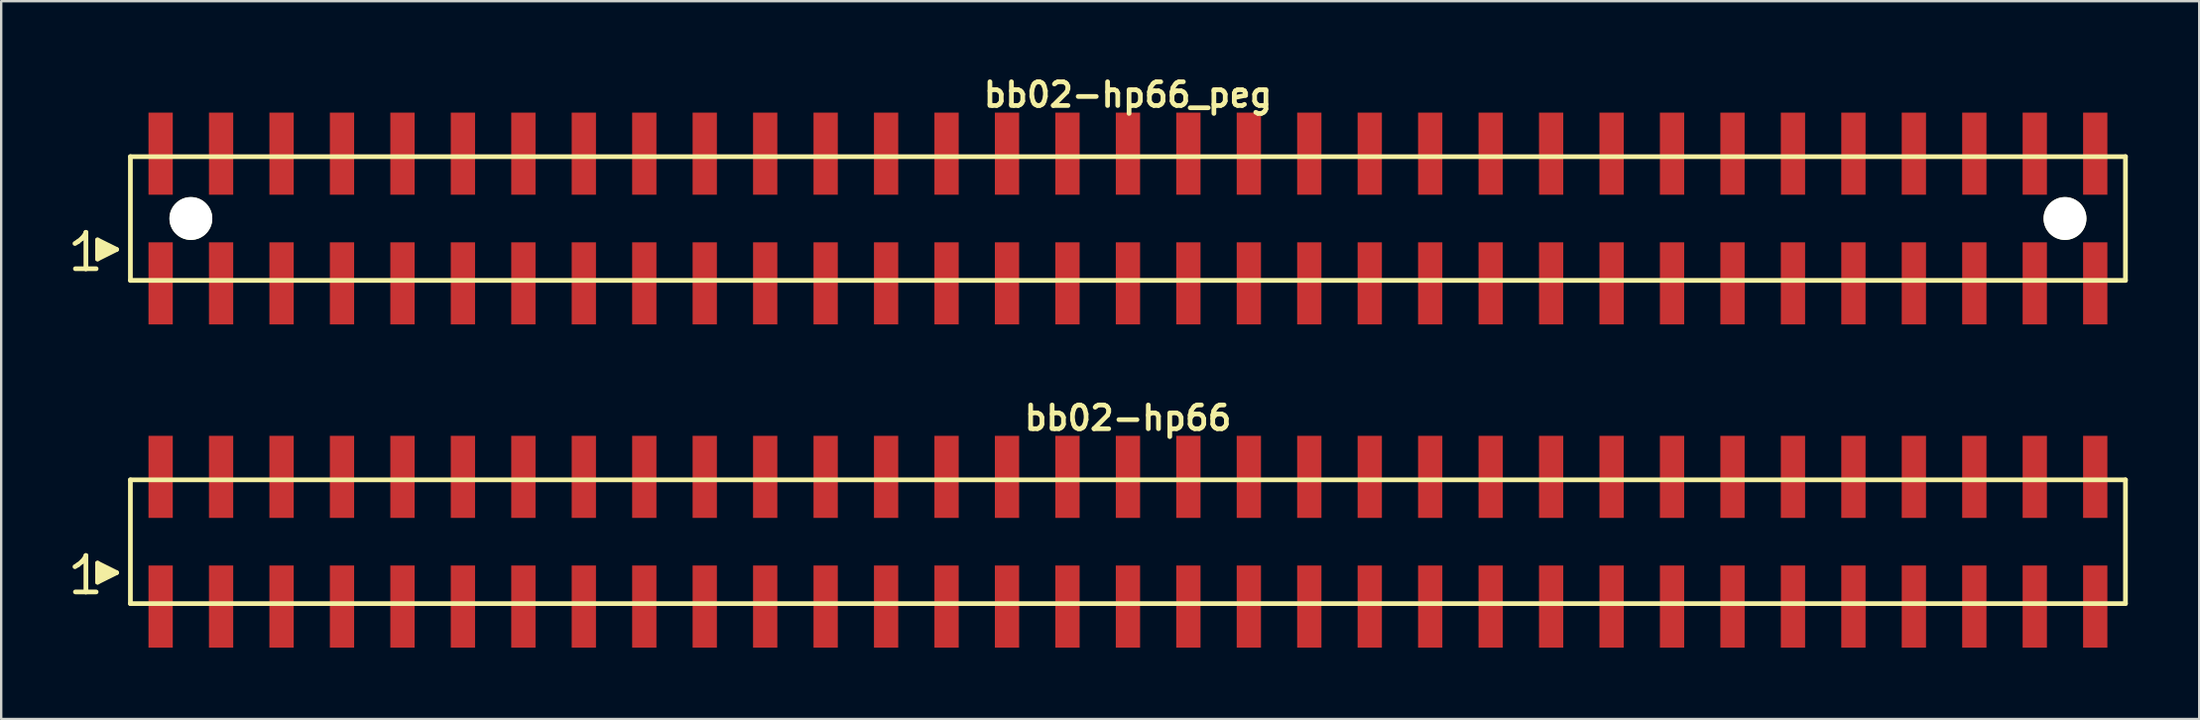
<source format=kicad_pcb>
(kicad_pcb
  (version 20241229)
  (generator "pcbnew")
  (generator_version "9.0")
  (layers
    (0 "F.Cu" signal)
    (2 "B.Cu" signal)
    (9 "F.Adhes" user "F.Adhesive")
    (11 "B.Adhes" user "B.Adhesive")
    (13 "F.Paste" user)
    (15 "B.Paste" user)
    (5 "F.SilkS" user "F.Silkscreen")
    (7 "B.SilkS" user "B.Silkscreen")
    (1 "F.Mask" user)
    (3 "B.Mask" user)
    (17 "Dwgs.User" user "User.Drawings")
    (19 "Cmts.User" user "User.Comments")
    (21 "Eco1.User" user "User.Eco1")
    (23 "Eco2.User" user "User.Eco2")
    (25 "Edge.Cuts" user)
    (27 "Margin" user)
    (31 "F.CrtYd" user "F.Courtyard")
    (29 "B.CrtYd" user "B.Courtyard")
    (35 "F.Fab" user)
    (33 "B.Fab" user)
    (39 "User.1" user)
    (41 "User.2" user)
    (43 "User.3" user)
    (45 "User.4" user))
  (footprint "bb02-hp66_peg"
    (layer "F.Cu")
    (at 44.339 6.132)
    (property "Reference" "bb02-hp66_peg" (at 0 -5.2 0) (layer "F.SilkS") (effects (font (size 0.998 0.998) (thickness 0.198))))
    (attr through_hole)
    (fp_line (start -44.24 1.05) (end -44.11 0.97) (stroke (width 0.198) (type solid)) (layer "F.SilkS"))
    (fp_line (start -44.11 0.97) (end -43.95 0.84) (stroke (width 0.198) (type solid)) (layer "F.SilkS"))
    (fp_line (start -43.95 0.84) (end -43.81 0.67) (stroke (width 0.198) (type solid)) (layer "F.SilkS"))
    (fp_line (start -43.81 0.67) (end -43.78 0.58) (stroke (width 0.198) (type solid)) (layer "F.SilkS"))
    (fp_line (start -43.78 0.58) (end -43.78 2.11) (stroke (width 0.198) (type solid)) (layer "F.SilkS"))
    (fp_line (start -43.78 2.11) (end -44.22 2.11) (stroke (width 0.198) (type solid)) (layer "F.SilkS"))
    (fp_line (start -43.35 2.11) (end -43.79 2.11) (stroke (width 0.198) (type solid)) (layer "F.SilkS"))
    (fp_line (start -43.29 0.9) (end -42.49 1.3) (stroke (width 0.198) (type solid)) (layer "F.SilkS"))
    (fp_line (start -43.29 1.7) (end -43.29 0.9) (stroke (width 0.198) (type solid)) (layer "F.SilkS"))
    (fp_line (start -43.19 1.6) (end -43.19 1) (stroke (width 0.198) (type solid)) (layer "F.SilkS"))
    (fp_line (start -43.09 1.1) (end -43.09 1.5) (stroke (width 0.198) (type solid)) (layer "F.SilkS"))
    (fp_line (start -42.99 1.5) (end -42.99 1.1) (stroke (width 0.198) (type solid)) (layer "F.SilkS"))
    (fp_line (start -42.89 1.2) (end -42.89 1.4) (stroke (width 0.198) (type solid)) (layer "F.SilkS"))
    (fp_line (start -42.79 1.4) (end -42.79 1.2) (stroke (width 0.198) (type solid)) (layer "F.SilkS"))
    (fp_line (start -42.49 1.3) (end -43.29 1.7) (stroke (width 0.198) (type solid)) (layer "F.SilkS"))
    (fp_line (start -41.91 -2.6) (end -41.91 2.6) (stroke (width 0.198) (type solid)) (layer "F.SilkS"))
    (fp_line (start -41.91 -2.6) (end 41.91 -2.6) (stroke (width 0.198) (type solid)) (layer "F.SilkS"))
    (fp_line (start 41.91 2.6) (end -41.91 2.6) (stroke (width 0.198) (type solid)) (layer "F.SilkS"))
    (fp_line (start 41.91 2.6) (end 41.91 -2.6) (stroke (width 0.198) (type solid)) (layer "F.SilkS"))
    (pad "" np_thru_hole circle (at -39.37 0) (size 1.8 1.8) (drill 1.8) (layers "*.Cu" "*.Mask" "F.SilkS"))
    (pad "" np_thru_hole circle (at 39.37 0) (size 1.8 1.8) (drill 1.8) (layers "*.Cu" "*.Mask" "F.SilkS"))
    (pad "1" smd rect (at -40.64 2.725) (size 1.02 3.45) (layers "F.Cu" "F.Mask" "F.Paste"))
    (pad "2" smd rect (at -40.64 -2.725) (size 1.02 3.45) (layers "F.Cu" "F.Mask" "F.Paste"))
    (pad "3" smd rect (at -38.1 2.725) (size 1.02 3.45) (layers "F.Cu" "F.Mask" "F.Paste"))
    (pad "4" smd rect (at -38.1 -2.725) (size 1.02 3.45) (layers "F.Cu" "F.Mask" "F.Paste"))
    (pad "5" smd rect (at -35.56 2.725) (size 1.02 3.45) (layers "F.Cu" "F.Mask" "F.Paste"))
    (pad "6" smd rect (at -35.56 -2.725) (size 1.02 3.45) (layers "F.Cu" "F.Mask" "F.Paste"))
    (pad "7" smd rect (at -33.02 2.725) (size 1.02 3.45) (layers "F.Cu" "F.Mask" "F.Paste"))
    (pad "8" smd rect (at -33.02 -2.725) (size 1.02 3.45) (layers "F.Cu" "F.Mask" "F.Paste"))
    (pad "9" smd rect (at -30.48 2.725) (size 1.02 3.45) (layers "F.Cu" "F.Mask" "F.Paste"))
    (pad "10" smd rect (at -30.48 -2.725) (size 1.02 3.45) (layers "F.Cu" "F.Mask" "F.Paste"))
    (pad "11" smd rect (at -27.94 2.725) (size 1.02 3.45) (layers "F.Cu" "F.Mask" "F.Paste"))
    (pad "12" smd rect (at -27.94 -2.725) (size 1.02 3.45) (layers "F.Cu" "F.Mask" "F.Paste"))
    (pad "13" smd rect (at -25.4 2.725) (size 1.02 3.45) (layers "F.Cu" "F.Mask" "F.Paste"))
    (pad "14" smd rect (at -25.4 -2.725) (size 1.02 3.45) (layers "F.Cu" "F.Mask" "F.Paste"))
    (pad "15" smd rect (at -22.86 2.725) (size 1.02 3.45) (layers "F.Cu" "F.Mask" "F.Paste"))
    (pad "16" smd rect (at -22.86 -2.725) (size 1.02 3.45) (layers "F.Cu" "F.Mask" "F.Paste"))
    (pad "17" smd rect (at -20.32 2.725) (size 1.02 3.45) (layers "F.Cu" "F.Mask" "F.Paste"))
    (pad "18" smd rect (at -20.32 -2.725) (size 1.02 3.45) (layers "F.Cu" "F.Mask" "F.Paste"))
    (pad "19" smd rect (at -17.78 2.725) (size 1.02 3.45) (layers "F.Cu" "F.Mask" "F.Paste"))
    (pad "20" smd rect (at -17.78 -2.725) (size 1.02 3.45) (layers "F.Cu" "F.Mask" "F.Paste"))
    (pad "21" smd rect (at -15.24 2.725) (size 1.02 3.45) (layers "F.Cu" "F.Mask" "F.Paste"))
    (pad "22" smd rect (at -15.24 -2.725) (size 1.02 3.45) (layers "F.Cu" "F.Mask" "F.Paste"))
    (pad "23" smd rect (at -12.7 2.725) (size 1.02 3.45) (layers "F.Cu" "F.Mask" "F.Paste"))
    (pad "24" smd rect (at -12.7 -2.725) (size 1.02 3.45) (layers "F.Cu" "F.Mask" "F.Paste"))
    (pad "25" smd rect (at -10.16 2.725) (size 1.02 3.45) (layers "F.Cu" "F.Mask" "F.Paste"))
    (pad "26" smd rect (at -10.16 -2.725) (size 1.02 3.45) (layers "F.Cu" "F.Mask" "F.Paste"))
    (pad "27" smd rect (at -7.62 2.725) (size 1.02 3.45) (layers "F.Cu" "F.Mask" "F.Paste"))
    (pad "28" smd rect (at -7.62 -2.725) (size 1.02 3.45) (layers "F.Cu" "F.Mask" "F.Paste"))
    (pad "29" smd rect (at -5.08 2.725) (size 1.02 3.45) (layers "F.Cu" "F.Mask" "F.Paste"))
    (pad "30" smd rect (at -5.08 -2.725) (size 1.02 3.45) (layers "F.Cu" "F.Mask" "F.Paste"))
    (pad "31" smd rect (at -2.54 2.725) (size 1.02 3.45) (layers "F.Cu" "F.Mask" "F.Paste"))
    (pad "32" smd rect (at -2.54 -2.725) (size 1.02 3.45) (layers "F.Cu" "F.Mask" "F.Paste"))
    (pad "33" smd rect (at 0 2.725) (size 1.02 3.45) (layers "F.Cu" "F.Mask" "F.Paste"))
    (pad "34" smd rect (at 0 -2.725) (size 1.02 3.45) (layers "F.Cu" "F.Mask" "F.Paste"))
    (pad "35" smd rect (at 2.54 2.725) (size 1.02 3.45) (layers "F.Cu" "F.Mask" "F.Paste"))
    (pad "36" smd rect (at 2.54 -2.725) (size 1.02 3.45) (layers "F.Cu" "F.Mask" "F.Paste"))
    (pad "37" smd rect (at 5.08 2.725) (size 1.02 3.45) (layers "F.Cu" "F.Mask" "F.Paste"))
    (pad "38" smd rect (at 5.08 -2.725) (size 1.02 3.45) (layers "F.Cu" "F.Mask" "F.Paste"))
    (pad "39" smd rect (at 7.62 2.725) (size 1.02 3.45) (layers "F.Cu" "F.Mask" "F.Paste"))
    (pad "40" smd rect (at 7.62 -2.725) (size 1.02 3.45) (layers "F.Cu" "F.Mask" "F.Paste"))
    (pad "41" smd rect (at 10.16 2.725) (size 1.02 3.45) (layers "F.Cu" "F.Mask" "F.Paste"))
    (pad "42" smd rect (at 10.16 -2.725) (size 1.02 3.45) (layers "F.Cu" "F.Mask" "F.Paste"))
    (pad "43" smd rect (at 12.7 2.725) (size 1.02 3.45) (layers "F.Cu" "F.Mask" "F.Paste"))
    (pad "44" smd rect (at 12.7 -2.725) (size 1.02 3.45) (layers "F.Cu" "F.Mask" "F.Paste"))
    (pad "45" smd rect (at 15.24 2.725) (size 1.02 3.45) (layers "F.Cu" "F.Mask" "F.Paste"))
    (pad "46" smd rect (at 15.24 -2.725) (size 1.02 3.45) (layers "F.Cu" "F.Mask" "F.Paste"))
    (pad "47" smd rect (at 17.78 2.725) (size 1.02 3.45) (layers "F.Cu" "F.Mask" "F.Paste"))
    (pad "48" smd rect (at 17.78 -2.725) (size 1.02 3.45) (layers "F.Cu" "F.Mask" "F.Paste"))
    (pad "49" smd rect (at 20.32 2.725) (size 1.02 3.45) (layers "F.Cu" "F.Mask" "F.Paste"))
    (pad "50" smd rect (at 20.32 -2.725) (size 1.02 3.45) (layers "F.Cu" "F.Mask" "F.Paste"))
    (pad "51" smd rect (at 22.86 2.725) (size 1.02 3.45) (layers "F.Cu" "F.Mask" "F.Paste"))
    (pad "52" smd rect (at 22.86 -2.725) (size 1.02 3.45) (layers "F.Cu" "F.Mask" "F.Paste"))
    (pad "53" smd rect (at 25.4 2.725) (size 1.02 3.45) (layers "F.Cu" "F.Mask" "F.Paste"))
    (pad "54" smd rect (at 25.4 -2.725) (size 1.02 3.45) (layers "F.Cu" "F.Mask" "F.Paste"))
    (pad "55" smd rect (at 27.94 2.725) (size 1.02 3.45) (layers "F.Cu" "F.Mask" "F.Paste"))
    (pad "56" smd rect (at 27.94 -2.725) (size 1.02 3.45) (layers "F.Cu" "F.Mask" "F.Paste"))
    (pad "57" smd rect (at 30.48 2.725) (size 1.02 3.45) (layers "F.Cu" "F.Mask" "F.Paste"))
    (pad "58" smd rect (at 30.48 -2.725) (size 1.02 3.45) (layers "F.Cu" "F.Mask" "F.Paste"))
    (pad "59" smd rect (at 33.02 2.725) (size 1.02 3.45) (layers "F.Cu" "F.Mask" "F.Paste"))
    (pad "60" smd rect (at 33.02 -2.725) (size 1.02 3.45) (layers "F.Cu" "F.Mask" "F.Paste"))
    (pad "61" smd rect (at 35.56 2.725) (size 1.02 3.45) (layers "F.Cu" "F.Mask" "F.Paste"))
    (pad "62" smd rect (at 35.56 -2.725) (size 1.02 3.45) (layers "F.Cu" "F.Mask" "F.Paste"))
    (pad "63" smd rect (at 38.1 2.725) (size 1.02 3.45) (layers "F.Cu" "F.Mask" "F.Paste"))
    (pad "64" smd rect (at 38.1 -2.725) (size 1.02 3.45) (layers "F.Cu" "F.Mask" "F.Paste"))
    (pad "65" smd rect (at 40.64 2.725) (size 1.02 3.45) (layers "F.Cu" "F.Mask" "F.Paste"))
    (pad "66" smd rect (at 40.64 -2.725) (size 1.02 3.45) (layers "F.Cu" "F.Mask" "F.Paste")))
  (footprint "bb02-hp66"
    (layer "F.Cu")
    (at 44.339 19.713)
    (property "Reference" "bb02-hp66" (at 0 -5.2 0) (layer "F.SilkS") (effects (font (size 0.998 0.998) (thickness 0.198))))
    (attr through_hole)
    (fp_line (start -44.24 1.05) (end -44.11 0.97) (stroke (width 0.198) (type solid)) (layer "F.SilkS"))
    (fp_line (start -44.11 0.97) (end -43.95 0.84) (stroke (width 0.198) (type solid)) (layer "F.SilkS"))
    (fp_line (start -43.95 0.84) (end -43.81 0.67) (stroke (width 0.198) (type solid)) (layer "F.SilkS"))
    (fp_line (start -43.81 0.67) (end -43.78 0.58) (stroke (width 0.198) (type solid)) (layer "F.SilkS"))
    (fp_line (start -43.78 0.58) (end -43.78 2.11) (stroke (width 0.198) (type solid)) (layer "F.SilkS"))
    (fp_line (start -43.78 2.11) (end -44.22 2.11) (stroke (width 0.198) (type solid)) (layer "F.SilkS"))
    (fp_line (start -43.35 2.11) (end -43.79 2.11) (stroke (width 0.198) (type solid)) (layer "F.SilkS"))
    (fp_line (start -43.29 0.9) (end -42.49 1.3) (stroke (width 0.198) (type solid)) (layer "F.SilkS"))
    (fp_line (start -43.29 1.7) (end -43.29 0.9) (stroke (width 0.198) (type solid)) (layer "F.SilkS"))
    (fp_line (start -43.19 1.6) (end -43.19 1) (stroke (width 0.198) (type solid)) (layer "F.SilkS"))
    (fp_line (start -43.09 1.1) (end -43.09 1.5) (stroke (width 0.198) (type solid)) (layer "F.SilkS"))
    (fp_line (start -42.99 1.5) (end -42.99 1.1) (stroke (width 0.198) (type solid)) (layer "F.SilkS"))
    (fp_line (start -42.89 1.2) (end -42.89 1.4) (stroke (width 0.198) (type solid)) (layer "F.SilkS"))
    (fp_line (start -42.79 1.4) (end -42.79 1.2) (stroke (width 0.198) (type solid)) (layer "F.SilkS"))
    (fp_line (start -42.49 1.3) (end -43.29 1.7) (stroke (width 0.198) (type solid)) (layer "F.SilkS"))
    (fp_line (start -41.91 -2.6) (end -41.91 2.6) (stroke (width 0.198) (type solid)) (layer "F.SilkS"))
    (fp_line (start -41.91 -2.6) (end 41.91 -2.6) (stroke (width 0.198) (type solid)) (layer "F.SilkS"))
    (fp_line (start 41.91 2.6) (end -41.91 2.6) (stroke (width 0.198) (type solid)) (layer "F.SilkS"))
    (fp_line (start 41.91 2.6) (end 41.91 -2.6) (stroke (width 0.198) (type solid)) (layer "F.SilkS"))
    (pad "1" smd rect (at -40.64 2.725) (size 1.02 3.45) (layers "F.Cu" "F.Mask" "F.Paste"))
    (pad "2" smd rect (at -40.64 -2.725) (size 1.02 3.45) (layers "F.Cu" "F.Mask" "F.Paste"))
    (pad "3" smd rect (at -38.1 2.725) (size 1.02 3.45) (layers "F.Cu" "F.Mask" "F.Paste"))
    (pad "4" smd rect (at -38.1 -2.725) (size 1.02 3.45) (layers "F.Cu" "F.Mask" "F.Paste"))
    (pad "5" smd rect (at -35.56 2.725) (size 1.02 3.45) (layers "F.Cu" "F.Mask" "F.Paste"))
    (pad "6" smd rect (at -35.56 -2.725) (size 1.02 3.45) (layers "F.Cu" "F.Mask" "F.Paste"))
    (pad "7" smd rect (at -33.02 2.725) (size 1.02 3.45) (layers "F.Cu" "F.Mask" "F.Paste"))
    (pad "8" smd rect (at -33.02 -2.725) (size 1.02 3.45) (layers "F.Cu" "F.Mask" "F.Paste"))
    (pad "9" smd rect (at -30.48 2.725) (size 1.02 3.45) (layers "F.Cu" "F.Mask" "F.Paste"))
    (pad "10" smd rect (at -30.48 -2.725) (size 1.02 3.45) (layers "F.Cu" "F.Mask" "F.Paste"))
    (pad "11" smd rect (at -27.94 2.725) (size 1.02 3.45) (layers "F.Cu" "F.Mask" "F.Paste"))
    (pad "12" smd rect (at -27.94 -2.725) (size 1.02 3.45) (layers "F.Cu" "F.Mask" "F.Paste"))
    (pad "13" smd rect (at -25.4 2.725) (size 1.02 3.45) (layers "F.Cu" "F.Mask" "F.Paste"))
    (pad "14" smd rect (at -25.4 -2.725) (size 1.02 3.45) (layers "F.Cu" "F.Mask" "F.Paste"))
    (pad "15" smd rect (at -22.86 2.725) (size 1.02 3.45) (layers "F.Cu" "F.Mask" "F.Paste"))
    (pad "16" smd rect (at -22.86 -2.725) (size 1.02 3.45) (layers "F.Cu" "F.Mask" "F.Paste"))
    (pad "17" smd rect (at -20.32 2.725) (size 1.02 3.45) (layers "F.Cu" "F.Mask" "F.Paste"))
    (pad "18" smd rect (at -20.32 -2.725) (size 1.02 3.45) (layers "F.Cu" "F.Mask" "F.Paste"))
    (pad "19" smd rect (at -17.78 2.725) (size 1.02 3.45) (layers "F.Cu" "F.Mask" "F.Paste"))
    (pad "20" smd rect (at -17.78 -2.725) (size 1.02 3.45) (layers "F.Cu" "F.Mask" "F.Paste"))
    (pad "21" smd rect (at -15.24 2.725) (size 1.02 3.45) (layers "F.Cu" "F.Mask" "F.Paste"))
    (pad "22" smd rect (at -15.24 -2.725) (size 1.02 3.45) (layers "F.Cu" "F.Mask" "F.Paste"))
    (pad "23" smd rect (at -12.7 2.725) (size 1.02 3.45) (layers "F.Cu" "F.Mask" "F.Paste"))
    (pad "24" smd rect (at -12.7 -2.725) (size 1.02 3.45) (layers "F.Cu" "F.Mask" "F.Paste"))
    (pad "25" smd rect (at -10.16 2.725) (size 1.02 3.45) (layers "F.Cu" "F.Mask" "F.Paste"))
    (pad "26" smd rect (at -10.16 -2.725) (size 1.02 3.45) (layers "F.Cu" "F.Mask" "F.Paste"))
    (pad "27" smd rect (at -7.62 2.725) (size 1.02 3.45) (layers "F.Cu" "F.Mask" "F.Paste"))
    (pad "28" smd rect (at -7.62 -2.725) (size 1.02 3.45) (layers "F.Cu" "F.Mask" "F.Paste"))
    (pad "29" smd rect (at -5.08 2.725) (size 1.02 3.45) (layers "F.Cu" "F.Mask" "F.Paste"))
    (pad "30" smd rect (at -5.08 -2.725) (size 1.02 3.45) (layers "F.Cu" "F.Mask" "F.Paste"))
    (pad "31" smd rect (at -2.54 2.725) (size 1.02 3.45) (layers "F.Cu" "F.Mask" "F.Paste"))
    (pad "32" smd rect (at -2.54 -2.725) (size 1.02 3.45) (layers "F.Cu" "F.Mask" "F.Paste"))
    (pad "33" smd rect (at 0 2.725) (size 1.02 3.45) (layers "F.Cu" "F.Mask" "F.Paste"))
    (pad "34" smd rect (at 0 -2.725) (size 1.02 3.45) (layers "F.Cu" "F.Mask" "F.Paste"))
    (pad "35" smd rect (at 2.54 2.725) (size 1.02 3.45) (layers "F.Cu" "F.Mask" "F.Paste"))
    (pad "36" smd rect (at 2.54 -2.725) (size 1.02 3.45) (layers "F.Cu" "F.Mask" "F.Paste"))
    (pad "37" smd rect (at 5.08 2.725) (size 1.02 3.45) (layers "F.Cu" "F.Mask" "F.Paste"))
    (pad "38" smd rect (at 5.08 -2.725) (size 1.02 3.45) (layers "F.Cu" "F.Mask" "F.Paste"))
    (pad "39" smd rect (at 7.62 2.725) (size 1.02 3.45) (layers "F.Cu" "F.Mask" "F.Paste"))
    (pad "40" smd rect (at 7.62 -2.725) (size 1.02 3.45) (layers "F.Cu" "F.Mask" "F.Paste"))
    (pad "41" smd rect (at 10.16 2.725) (size 1.02 3.45) (layers "F.Cu" "F.Mask" "F.Paste"))
    (pad "42" smd rect (at 10.16 -2.725) (size 1.02 3.45) (layers "F.Cu" "F.Mask" "F.Paste"))
    (pad "43" smd rect (at 12.7 2.725) (size 1.02 3.45) (layers "F.Cu" "F.Mask" "F.Paste"))
    (pad "44" smd rect (at 12.7 -2.725) (size 1.02 3.45) (layers "F.Cu" "F.Mask" "F.Paste"))
    (pad "45" smd rect (at 15.24 2.725) (size 1.02 3.45) (layers "F.Cu" "F.Mask" "F.Paste"))
    (pad "46" smd rect (at 15.24 -2.725) (size 1.02 3.45) (layers "F.Cu" "F.Mask" "F.Paste"))
    (pad "47" smd rect (at 17.78 2.725) (size 1.02 3.45) (layers "F.Cu" "F.Mask" "F.Paste"))
    (pad "48" smd rect (at 17.78 -2.725) (size 1.02 3.45) (layers "F.Cu" "F.Mask" "F.Paste"))
    (pad "49" smd rect (at 20.32 2.725) (size 1.02 3.45) (layers "F.Cu" "F.Mask" "F.Paste"))
    (pad "50" smd rect (at 20.32 -2.725) (size 1.02 3.45) (layers "F.Cu" "F.Mask" "F.Paste"))
    (pad "51" smd rect (at 22.86 2.725) (size 1.02 3.45) (layers "F.Cu" "F.Mask" "F.Paste"))
    (pad "52" smd rect (at 22.86 -2.725) (size 1.02 3.45) (layers "F.Cu" "F.Mask" "F.Paste"))
    (pad "53" smd rect (at 25.4 2.725) (size 1.02 3.45) (layers "F.Cu" "F.Mask" "F.Paste"))
    (pad "54" smd rect (at 25.4 -2.725) (size 1.02 3.45) (layers "F.Cu" "F.Mask" "F.Paste"))
    (pad "55" smd rect (at 27.94 2.725) (size 1.02 3.45) (layers "F.Cu" "F.Mask" "F.Paste"))
    (pad "56" smd rect (at 27.94 -2.725) (size 1.02 3.45) (layers "F.Cu" "F.Mask" "F.Paste"))
    (pad "57" smd rect (at 30.48 2.725) (size 1.02 3.45) (layers "F.Cu" "F.Mask" "F.Paste"))
    (pad "58" smd rect (at 30.48 -2.725) (size 1.02 3.45) (layers "F.Cu" "F.Mask" "F.Paste"))
    (pad "59" smd rect (at 33.02 2.725) (size 1.02 3.45) (layers "F.Cu" "F.Mask" "F.Paste"))
    (pad "60" smd rect (at 33.02 -2.725) (size 1.02 3.45) (layers "F.Cu" "F.Mask" "F.Paste"))
    (pad "61" smd rect (at 35.56 2.725) (size 1.02 3.45) (layers "F.Cu" "F.Mask" "F.Paste"))
    (pad "62" smd rect (at 35.56 -2.725) (size 1.02 3.45) (layers "F.Cu" "F.Mask" "F.Paste"))
    (pad "63" smd rect (at 38.1 2.725) (size 1.02 3.45) (layers "F.Cu" "F.Mask" "F.Paste"))
    (pad "64" smd rect (at 38.1 -2.725) (size 1.02 3.45) (layers "F.Cu" "F.Mask" "F.Paste"))
    (pad "65" smd rect (at 40.64 2.725) (size 1.02 3.45) (layers "F.Cu" "F.Mask" "F.Paste"))
    (pad "66" smd rect (at 40.64 -2.725) (size 1.02 3.45) (layers "F.Cu" "F.Mask" "F.Paste")))
  (gr_rect
    (start -3 -3)
    (end 89.348 27.163)
    (stroke (width 0.1) (type default))
    (fill no)
    (layer "Edge.Cuts")))
</source>
